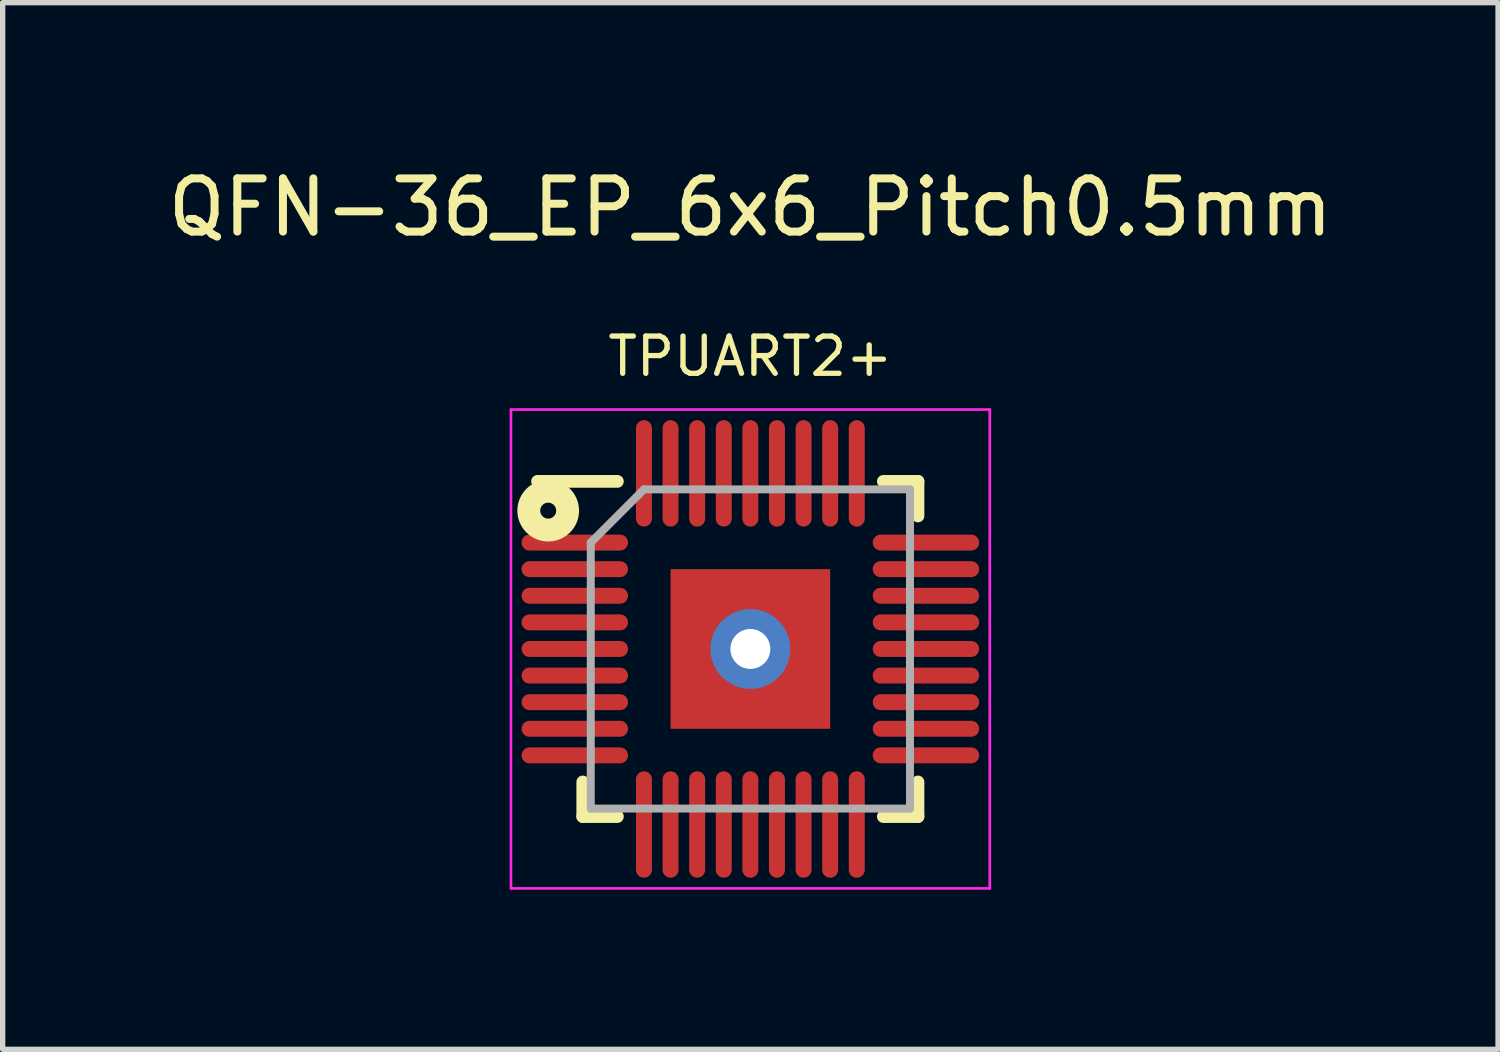
<source format=kicad_pcb>
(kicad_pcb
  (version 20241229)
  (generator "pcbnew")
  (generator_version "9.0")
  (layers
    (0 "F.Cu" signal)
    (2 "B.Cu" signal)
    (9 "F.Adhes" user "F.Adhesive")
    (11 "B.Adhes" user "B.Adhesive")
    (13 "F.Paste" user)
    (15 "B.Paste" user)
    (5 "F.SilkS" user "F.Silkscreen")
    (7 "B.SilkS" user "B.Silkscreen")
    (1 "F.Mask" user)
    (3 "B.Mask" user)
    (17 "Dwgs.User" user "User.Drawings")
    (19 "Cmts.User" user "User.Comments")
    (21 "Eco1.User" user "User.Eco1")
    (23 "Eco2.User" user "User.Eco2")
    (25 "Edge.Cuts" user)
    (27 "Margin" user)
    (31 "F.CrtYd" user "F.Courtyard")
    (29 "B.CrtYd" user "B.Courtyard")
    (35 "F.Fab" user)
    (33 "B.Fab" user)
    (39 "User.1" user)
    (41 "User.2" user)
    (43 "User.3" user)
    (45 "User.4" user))
  (footprint "QFN-36_EP_6x6_Pitch0.5mm"
    (layer "F.Cu")
    (at 11.054 9.148)
    (property "Reference" "QFN-36_EP_6x6_Pitch0.5mm" (at 0 -8.3 0) (layer "F.SilkS") (effects (font (size 1 1) (thickness 0.15))))
    (attr smd)
    (fp_line (start -3.15 3.15) (end -3.15 2.5) (stroke (width 0.24) (type solid)) (layer "F.SilkS"))
    (fp_line (start -2.5 -3.15) (end -4 -3.15) (stroke (width 0.24) (type solid)) (layer "F.SilkS"))
    (fp_line (start -2.5 3.15) (end -3.15 3.15) (stroke (width 0.24) (type solid)) (layer "F.SilkS"))
    (fp_line (start 2.5 -3.15) (end 3.15 -3.15) (stroke (width 0.24) (type solid)) (layer "F.SilkS"))
    (fp_line (start 2.5 3.15) (end 3.15 3.15) (stroke (width 0.24) (type solid)) (layer "F.SilkS"))
    (fp_line (start 3.15 -3.15) (end 3.15 -2.5) (stroke (width 0.24) (type solid)) (layer "F.SilkS"))
    (fp_line (start 3.15 3.15) (end 3.15 2.5) (stroke (width 0.24) (type solid)) (layer "F.SilkS"))
    (fp_circle (center -3.8 -2.6) (end -3.65 -2.6) (stroke (width 0.43) (type solid)) (fill no) (layer "F.SilkS"))
    (fp_line (start -4.5 -4.5) (end 4.5 -4.5) (stroke (width 0.05) (type solid)) (layer "F.CrtYd"))
    (fp_line (start -4.5 4.5) (end -4.5 -4.5) (stroke (width 0.05) (type solid)) (layer "F.CrtYd"))
    (fp_line (start 4.5 -4.5) (end 4.5 4.5) (stroke (width 0.05) (type solid)) (layer "F.CrtYd"))
    (fp_line (start 4.5 4.5) (end -4.5 4.5) (stroke (width 0.05) (type solid)) (layer "F.CrtYd"))
    (fp_line (start -3 -2) (end -3 3) (stroke (width 0.15) (type solid)) (layer "F.Fab"))
    (fp_line (start -3 3) (end 3 3) (stroke (width 0.15) (type solid)) (layer "F.Fab"))
    (fp_line (start -2 -3) (end -3 -2) (stroke (width 0.15) (type solid)) (layer "F.Fab"))
    (fp_line (start 3 -3) (end -2 -3) (stroke (width 0.15) (type solid)) (layer "F.Fab"))
    (fp_line (start 3 3) (end 3 -3) (stroke (width 0.15) (type solid)) (layer "F.Fab"))
    (fp_text user "TPUART2+" (at 0 -5.5 0) (layer "F.SilkS") (effects (font (size 0.7 0.7) (thickness 0.1))))
    (pad "1" smd oval (at -3.3 -2 90) (size 0.3 2) (layers "F.Cu" "F.Mask" "F.Paste"))
    (pad "2" smd oval (at -3.3 -1.5 90) (size 0.3 2) (layers "F.Cu" "F.Mask" "F.Paste"))
    (pad "3" smd oval (at -3.3 -1 90) (size 0.3 2) (layers "F.Cu" "F.Mask" "F.Paste"))
    (pad "4" smd oval (at -3.3 -0.5 90) (size 0.3 2) (layers "F.Cu" "F.Mask" "F.Paste"))
    (pad "5" smd oval (at -3.3 0 90) (size 0.3 2) (layers "F.Cu" "F.Mask" "F.Paste"))
    (pad "6" smd oval (at -3.3 0.5 90) (size 0.3 2) (layers "F.Cu" "F.Mask" "F.Paste"))
    (pad "7" smd oval (at -3.3 1 90) (size 0.3 2) (layers "F.Cu" "F.Mask" "F.Paste"))
    (pad "8" smd oval (at -3.3 1.5 90) (size 0.3 2) (layers "F.Cu" "F.Mask" "F.Paste"))
    (pad "9" smd oval (at -3.3 2 90) (size 0.3 2) (layers "F.Cu" "F.Mask" "F.Paste"))
    (pad "10" smd oval (at -2 3.3) (size 0.3 2) (layers "F.Cu" "F.Mask" "F.Paste"))
    (pad "11" smd oval (at -1.5 3.3) (size 0.3 2) (layers "F.Cu" "F.Mask" "F.Paste"))
    (pad "12" smd oval (at -1 3.3) (size 0.3 2) (layers "F.Cu" "F.Mask" "F.Paste"))
    (pad "13" smd oval (at -0.5 3.3) (size 0.3 2) (layers "F.Cu" "F.Mask" "F.Paste"))
    (pad "14" smd oval (at 0 3.3) (size 0.3 2) (layers "F.Cu" "F.Mask" "F.Paste"))
    (pad "15" smd oval (at 0.5 3.3) (size 0.3 2) (layers "F.Cu" "F.Mask" "F.Paste"))
    (pad "16" smd oval (at 1 3.3) (size 0.3 2) (layers "F.Cu" "F.Mask" "F.Paste"))
    (pad "17" smd oval (at 1.5 3.3) (size 0.3 2) (layers "F.Cu" "F.Mask" "F.Paste"))
    (pad "18" smd oval (at 2 3.3) (size 0.3 2) (layers "F.Cu" "F.Mask" "F.Paste"))
    (pad "19" smd oval (at 3.3 2 90) (size 0.3 2) (layers "F.Cu" "F.Mask" "F.Paste"))
    (pad "20" smd oval (at 3.3 1.5 90) (size 0.3 2) (layers "F.Cu" "F.Mask" "F.Paste"))
    (pad "21" smd oval (at 3.3 1 90) (size 0.3 2) (layers "F.Cu" "F.Mask" "F.Paste"))
    (pad "22" smd oval (at 3.3 0.5 90) (size 0.3 2) (layers "F.Cu" "F.Mask" "F.Paste"))
    (pad "23" smd oval (at 3.3 0 90) (size 0.3 2) (layers "F.Cu" "F.Mask" "F.Paste"))
    (pad "24" smd oval (at 3.3 -0.5 90) (size 0.3 2) (layers "F.Cu" "F.Mask" "F.Paste"))
    (pad "25" smd oval (at 3.3 -1 90) (size 0.3 2) (layers "F.Cu" "F.Mask" "F.Paste"))
    (pad "26" smd oval (at 3.3 -1.5 90) (size 0.3 2) (layers "F.Cu" "F.Mask" "F.Paste"))
    (pad "27" smd oval (at 3.3 -2 90) (size 0.3 2) (layers "F.Cu" "F.Mask" "F.Paste"))
    (pad "28" smd oval (at 2 -3.3) (size 0.3 2) (layers "F.Cu" "F.Mask" "F.Paste"))
    (pad "29" smd oval (at 1.5 -3.3) (size 0.3 2) (layers "F.Cu" "F.Mask" "F.Paste"))
    (pad "30" smd oval (at 1 -3.3) (size 0.3 2) (layers "F.Cu" "F.Mask" "F.Paste"))
    (pad "31" smd oval (at 0.5 -3.3) (size 0.3 2) (layers "F.Cu" "F.Mask" "F.Paste"))
    (pad "32" smd oval (at 0 -3.3) (size 0.3 2) (layers "F.Cu" "F.Mask" "F.Paste"))
    (pad "33" smd oval (at -0.5 -3.3) (size 0.3 2) (layers "F.Cu" "F.Mask" "F.Paste"))
    (pad "34" smd oval (at -1 -3.3) (size 0.3 2) (layers "F.Cu" "F.Mask" "F.Paste"))
    (pad "35" smd oval (at -1.5 -3.3) (size 0.3 2) (layers "F.Cu" "F.Mask" "F.Paste"))
    (pad "36" smd oval (at -2 -3.3) (size 0.3 2) (layers "F.Cu" "F.Mask" "F.Paste"))
    (pad "37" thru_hole circle (at 0 0) (size 1.5 1.5) (drill 0.75) (layers "*.Cu" "*.Mask"))
    (pad "37" smd rect (at 0 0) (size 3 3) (layers "F.Cu" "F.Mask" "F.Paste")))
  (gr_rect
    (start -3 -3)
    (end 25.107 16.673)
    (stroke (width 0.1) (type default))
    (fill no)
    (layer "Edge.Cuts")))
</source>
